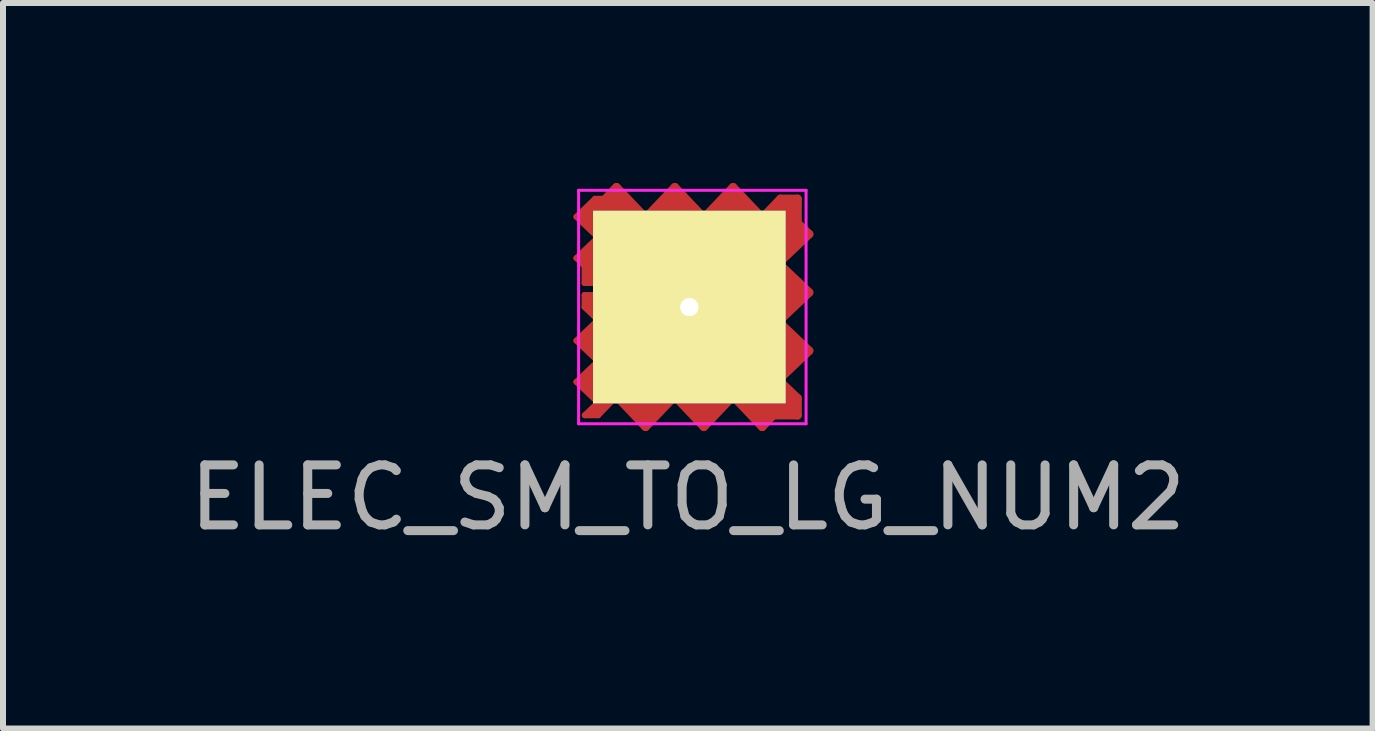
<source format=kicad_pcb>
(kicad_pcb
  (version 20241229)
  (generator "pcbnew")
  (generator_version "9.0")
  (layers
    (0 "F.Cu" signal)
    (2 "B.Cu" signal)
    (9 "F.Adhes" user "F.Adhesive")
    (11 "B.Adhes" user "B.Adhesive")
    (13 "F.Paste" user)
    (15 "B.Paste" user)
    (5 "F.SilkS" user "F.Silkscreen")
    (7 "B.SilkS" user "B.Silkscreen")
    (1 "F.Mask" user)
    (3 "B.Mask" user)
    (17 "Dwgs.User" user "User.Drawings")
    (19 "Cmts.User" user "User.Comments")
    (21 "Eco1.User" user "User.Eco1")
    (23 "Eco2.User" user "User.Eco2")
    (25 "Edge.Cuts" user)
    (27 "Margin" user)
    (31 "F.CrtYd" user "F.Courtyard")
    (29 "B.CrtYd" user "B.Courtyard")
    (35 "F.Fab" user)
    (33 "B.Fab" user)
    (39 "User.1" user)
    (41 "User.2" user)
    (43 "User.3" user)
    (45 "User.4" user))
  (footprint "ELEC_SM_TO_LG_NUM2"
    (layer "F.Cu")
    (at 8.436 2.066)
    (property "Reference" "ELEC_SM_TO_LG_NUM2" (at -0.025 3.175 0) (layer "F.Fab") (effects (font (size 1 1) (thickness 0.15))))
    (attr through_hole)
    (fp_line (start -1.881 -1.504) (end -1.571 -1.803) (stroke (width 0.1) (type solid)) (layer "F.Cu"))
    (fp_line (start -1.881 -0.816) (end -1.745 -0.686) (stroke (width 0.1) (type solid)) (layer "F.Cu"))
    (fp_line (start -1.881 -0.816) (end -1.521 -1.16) (stroke (width 0.1) (type solid)) (layer "F.Cu"))
    (fp_line (start -1.881 0.56) (end -1.521 0.216) (stroke (width 0.1) (type solid)) (layer "F.Cu"))
    (fp_line (start -1.881 1.247) (end -1.521 0.903) (stroke (width 0.1) (type solid)) (layer "F.Cu"))
    (fp_line (start -1.803 -0.813) (end -1.702 -0.762) (stroke (width 0.12) (type solid)) (layer "F.Cu"))
    (fp_line (start -1.778 -1.499) (end -1.676 -1.6) (stroke (width 0.12) (type solid)) (layer "F.Cu"))
    (fp_line (start -1.778 0.559) (end -1.651 0.457) (stroke (width 0.12) (type solid)) (layer "F.Cu"))
    (fp_line (start -1.778 1.245) (end -1.676 1.346) (stroke (width 0.12) (type solid)) (layer "F.Cu"))
    (fp_line (start -1.745 -0.686) (end -1.745 -0.4) (stroke (width 0.1) (type solid)) (layer "F.Cu"))
    (fp_line (start -1.745 -0.4) (end -1.544 -0.4) (stroke (width 0.1) (type solid)) (layer "F.Cu"))
    (fp_line (start -1.745 -0.2) (end -1.544 -0.2) (stroke (width 0.1) (type solid)) (layer "F.Cu"))
    (fp_line (start -1.745 0.001) (end -1.745 -0.2) (stroke (width 0.1) (type solid)) (layer "F.Cu"))
    (fp_line (start -1.745 0.001) (end -1.521 0.216) (stroke (width 0.1) (type solid)) (layer "F.Cu"))
    (fp_line (start -1.741 1.803) (end -1.521 1.591) (stroke (width 0.1) (type solid)) (layer "F.Cu"))
    (fp_line (start -1.741 1.803) (end -1.519 1.803) (stroke (width 0.1) (type solid)) (layer "F.Cu"))
    (fp_line (start -1.651 -1.651) (end -1.651 -1.346) (stroke (width 0.12) (type solid)) (layer "F.Cu"))
    (fp_line (start -1.651 -1.346) (end -1.778 -1.499) (stroke (width 0.12) (type solid)) (layer "F.Cu"))
    (fp_line (start -1.651 -0.991) (end -1.803 -0.813) (stroke (width 0.12) (type solid)) (layer "F.Cu"))
    (fp_line (start -1.651 -0.457) (end -1.651 -0.991) (stroke (width 0.12) (type solid)) (layer "F.Cu"))
    (fp_line (start -1.651 -0.152) (end -1.651 0.025) (stroke (width 0.12) (type solid)) (layer "F.Cu"))
    (fp_line (start -1.651 0.381) (end -1.651 0.737) (stroke (width 0.12) (type solid)) (layer "F.Cu"))
    (fp_line (start -1.651 0.737) (end -1.778 0.559) (stroke (width 0.12) (type solid)) (layer "F.Cu"))
    (fp_line (start -1.651 1.092) (end -1.778 1.245) (stroke (width 0.12) (type solid)) (layer "F.Cu"))
    (fp_line (start -1.651 1.422) (end -1.651 1.092) (stroke (width 0.12) (type solid)) (layer "F.Cu"))
    (fp_line (start -1.575 -1.651) (end -1.499 -1.753) (stroke (width 0.12) (type solid)) (layer "F.Cu"))
    (fp_line (start -1.571 -1.803) (end -1.399 -1.803) (stroke (width 0.1) (type solid)) (layer "F.Cu"))
    (fp_line (start -1.521 -1.16) (end -1.881 -1.504) (stroke (width 0.1) (type solid)) (layer "F.Cu"))
    (fp_line (start -1.521 0.903) (end -1.881 0.56) (stroke (width 0.1) (type solid)) (layer "F.Cu"))
    (fp_line (start -1.521 1.591) (end -1.881 1.247) (stroke (width 0.1) (type solid)) (layer "F.Cu"))
    (fp_line (start -1.499 -1.753) (end -1.067 -1.753) (stroke (width 0.12) (type solid)) (layer "F.Cu"))
    (fp_line (start -1.448 1.6) (end -1.575 1.727) (stroke (width 0.12) (type solid)) (layer "F.Cu"))
    (fp_line (start -1.215 -1.996) (end -1.399 -1.803) (stroke (width 0.141) (type solid)) (layer "F.Cu"))
    (fp_line (start -1.215 1.486) (end -1.519 1.803) (stroke (width 0.1) (type solid)) (layer "F.Cu"))
    (fp_line (start -1.067 -1.753) (end -1.245 -1.854) (stroke (width 0.12) (type solid)) (layer "F.Cu"))
    (fp_line (start -1.001 1.638) (end -0.495 1.638) (stroke (width 0.12) (type solid)) (layer "F.Cu"))
    (fp_line (start -0.94 -1.651) (end -1.575 -1.651) (stroke (width 0.12) (type solid)) (layer "F.Cu"))
    (fp_line (start -0.876 1.712) (end -0.688 1.722) (stroke (width 0.12) (type solid)) (layer "F.Cu"))
    (fp_line (start -0.729 1.996) (end -1.215 1.486) (stroke (width 0.141) (type solid)) (layer "F.Cu"))
    (fp_line (start -0.729 1.841) (end -0.876 1.712) (stroke (width 0.12) (type solid)) (layer "F.Cu"))
    (fp_line (start -0.729 -1.486) (end -1.214 -1.996) (stroke (width 0.141) (type solid)) (layer "F.Cu"))
    (fp_line (start -0.513 -1.646) (end 0.003 -1.646) (stroke (width 0.12) (type solid)) (layer "F.Cu"))
    (fp_line (start -0.495 1.638) (end -0.729 1.841) (stroke (width 0.12) (type solid)) (layer "F.Cu"))
    (fp_line (start -0.406 -1.74) (end -0.17 -1.75) (stroke (width 0.12) (type solid)) (layer "F.Cu"))
    (fp_line (start -0.249 -1.88) (end -0.406 -1.74) (stroke (width 0.12) (type solid)) (layer "F.Cu"))
    (fp_line (start -0.243 1.486) (end -0.729 1.996) (stroke (width 0.141) (type solid)) (layer "F.Cu"))
    (fp_line (start -0.242 -1.996) (end -0.729 -1.486) (stroke (width 0.141) (type solid)) (layer "F.Cu"))
    (fp_line (start -0.025 1.646) (end 0.48 1.648) (stroke (width 0.12) (type solid)) (layer "F.Cu"))
    (fp_line (start 0.003 -1.646) (end -0.249 -1.88) (stroke (width 0.12) (type solid)) (layer "F.Cu"))
    (fp_line (start 0.104 1.73) (end 0.287 1.714) (stroke (width 0.12) (type solid)) (layer "F.Cu"))
    (fp_line (start 0.241 1.836) (end 0.104 1.73) (stroke (width 0.12) (type solid)) (layer "F.Cu"))
    (fp_line (start 0.242 1.996) (end -0.243 1.486) (stroke (width 0.141) (type solid)) (layer "F.Cu"))
    (fp_line (start 0.243 -1.486) (end -0.242 -1.996) (stroke (width 0.141) (type solid)) (layer "F.Cu"))
    (fp_line (start 0.462 -1.643) (end 0.993 -1.643) (stroke (width 0.12) (type solid)) (layer "F.Cu"))
    (fp_line (start 0.48 1.648) (end 0.241 1.836) (stroke (width 0.12) (type solid)) (layer "F.Cu"))
    (fp_line (start 0.572 -1.732) (end 0.81 -1.745) (stroke (width 0.12) (type solid)) (layer "F.Cu"))
    (fp_line (start 0.729 1.486) (end 0.242 1.996) (stroke (width 0.141) (type solid)) (layer "F.Cu"))
    (fp_line (start 0.729 -1.862) (end 0.572 -1.732) (stroke (width 0.12) (type solid)) (layer "F.Cu"))
    (fp_line (start 0.729 -1.996) (end 0.243 -1.486) (stroke (width 0.141) (type solid)) (layer "F.Cu"))
    (fp_line (start 0.968 1.643) (end 1.384 1.646) (stroke (width 0.12) (type solid)) (layer "F.Cu"))
    (fp_line (start 0.993 -1.643) (end 0.729 -1.862) (stroke (width 0.12) (type solid)) (layer "F.Cu"))
    (fp_line (start 1.069 1.714) (end 1.227 1.709) (stroke (width 0.12) (type solid)) (layer "F.Cu"))
    (fp_line (start 1.214 1.996) (end 0.729 1.486) (stroke (width 0.141) (type solid)) (layer "F.Cu"))
    (fp_line (start 1.215 -1.486) (end 0.729 -1.996) (stroke (width 0.141) (type solid)) (layer "F.Cu"))
    (fp_line (start 1.219 1.834) (end 1.069 1.714) (stroke (width 0.12) (type solid)) (layer "F.Cu"))
    (fp_line (start 1.384 1.646) (end 1.219 1.834) (stroke (width 0.12) (type solid)) (layer "F.Cu"))
    (fp_line (start 1.398 1.803) (end 1.214 1.996) (stroke (width 0.141) (type solid)) (layer "F.Cu"))
    (fp_line (start 1.399 1.803) (end 1.803 1.803) (stroke (width 0.141) (type solid)) (layer "F.Cu"))
    (fp_line (start 1.4 1.692) (end 1.704 1.692) (stroke (width 0.12) (type solid)) (layer "F.Cu"))
    (fp_line (start 1.473 -1.615) (end 1.56 -1.697) (stroke (width 0.12) (type solid)) (layer "F.Cu"))
    (fp_line (start 1.486 -0.729) (end 1.996 -0.243) (stroke (width 0.141) (type solid)) (layer "F.Cu"))
    (fp_line (start 1.486 0.243) (end 1.996 0.729) (stroke (width 0.141) (type solid)) (layer "F.Cu"))
    (fp_line (start 1.486 1.215) (end 1.803 1.519) (stroke (width 0.141) (type solid)) (layer "F.Cu"))
    (fp_line (start 1.519 -1.803) (end 1.215 -1.486) (stroke (width 0.141) (type solid)) (layer "F.Cu"))
    (fp_line (start 1.56 -1.697) (end 1.702 -1.694) (stroke (width 0.12) (type solid)) (layer "F.Cu"))
    (fp_line (start 1.628 -1.377) (end 1.877 -1.224) (stroke (width 0.12) (type solid)) (layer "F.Cu"))
    (fp_line (start 1.628 -0.993) (end 1.628 -1.377) (stroke (width 0.12) (type solid)) (layer "F.Cu"))
    (fp_line (start 1.628 0.953) (end 1.872 0.724) (stroke (width 0.12) (type solid)) (layer "F.Cu"))
    (fp_line (start 1.628 1.463) (end 1.628 1.605) (stroke (width 0.12) (type solid)) (layer "F.Cu"))
    (fp_line (start 1.628 1.605) (end 1.443 1.6) (stroke (width 0.12) (type solid)) (layer "F.Cu"))
    (fp_line (start 1.633 0.488) (end 1.628 0.953) (stroke (width 0.12) (type solid)) (layer "F.Cu"))
    (fp_line (start 1.636 -1.613) (end 1.473 -1.615) (stroke (width 0.12) (type solid)) (layer "F.Cu"))
    (fp_line (start 1.636 -1.44) (end 1.636 -1.613) (stroke (width 0.12) (type solid)) (layer "F.Cu"))
    (fp_line (start 1.643 -0.475) (end 1.643 -0.005) (stroke (width 0.12) (type solid)) (layer "F.Cu"))
    (fp_line (start 1.643 -0.005) (end 1.857 -0.246) (stroke (width 0.12) (type solid)) (layer "F.Cu"))
    (fp_line (start 1.697 -1.074) (end 1.72 -1.229) (stroke (width 0.12) (type solid)) (layer "F.Cu"))
    (fp_line (start 1.702 -1.694) (end 1.707 -1.427) (stroke (width 0.12) (type solid)) (layer "F.Cu"))
    (fp_line (start 1.704 1.547) (end 1.628 1.463) (stroke (width 0.12) (type solid)) (layer "F.Cu"))
    (fp_line (start 1.704 1.692) (end 1.704 1.547) (stroke (width 0.12) (type solid)) (layer "F.Cu"))
    (fp_line (start 1.712 -0.384) (end 1.714 -0.175) (stroke (width 0.12) (type solid)) (layer "F.Cu"))
    (fp_line (start 1.717 0.579) (end 1.732 0.79) (stroke (width 0.12) (type solid)) (layer "F.Cu"))
    (fp_line (start 1.803 -1.803) (end 1.519 -1.803) (stroke (width 0.141) (type solid)) (layer "F.Cu"))
    (fp_line (start 1.803 -1.803) (end 1.803 -1.399) (stroke (width 0.141) (type solid)) (layer "F.Cu"))
    (fp_line (start 1.803 -1.399) (end 1.996 -1.215) (stroke (width 0.141) (type solid)) (layer "F.Cu"))
    (fp_line (start 1.803 1.803) (end 1.803 1.519) (stroke (width 0.141) (type solid)) (layer "F.Cu"))
    (fp_line (start 1.857 -0.246) (end 1.712 -0.384) (stroke (width 0.12) (type solid)) (layer "F.Cu"))
    (fp_line (start 1.872 0.724) (end 1.717 0.579) (stroke (width 0.12) (type solid)) (layer "F.Cu"))
    (fp_line (start 1.877 -1.224) (end 1.697 -1.074) (stroke (width 0.12) (type solid)) (layer "F.Cu"))
    (fp_line (start 1.996 -1.215) (end 1.486 -0.729) (stroke (width 0.141) (type solid)) (layer "F.Cu"))
    (fp_line (start 1.996 -0.243) (end 1.486 0.243) (stroke (width 0.141) (type solid)) (layer "F.Cu"))
    (fp_line (start 1.996 0.729) (end 1.486 1.215) (stroke (width 0.141) (type solid)) (layer "F.Cu"))
    (fp_line (start -1.845 -1.945) (end -1.845 1.945) (stroke (width 0.05) (type solid)) (layer "F.CrtYd"))
    (fp_line (start -1.845 -1.945) (end 1.945 -1.945) (stroke (width 0.05) (type solid)) (layer "F.CrtYd"))
    (fp_line (start -1.845 1.945) (end 1.945 1.945) (stroke (width 0.05) (type solid)) (layer "F.CrtYd"))
    (fp_line (start 1.945 -1.945) (end 1.945 1.945) (stroke (width 0.05) (type solid)) (layer "F.CrtYd"))
    (pad "1" thru_hole circle (at 0 0) (size 0.605 0.605) (drill 0.3) (layers "*.Cu" "*.Mask" "F.SilkS"))
    (pad "1" thru_hole rect (at 0 0) (size 3.21 3.21) (drill 0.3) (layers "F.Cu" "F.Mask" "F.SilkS")))
  (gr_rect
    (start -3 -3)
    (end 19.821 9.089)
    (stroke (width 0.1) (type default))
    (fill no)
    (layer "Edge.Cuts")))
</source>
